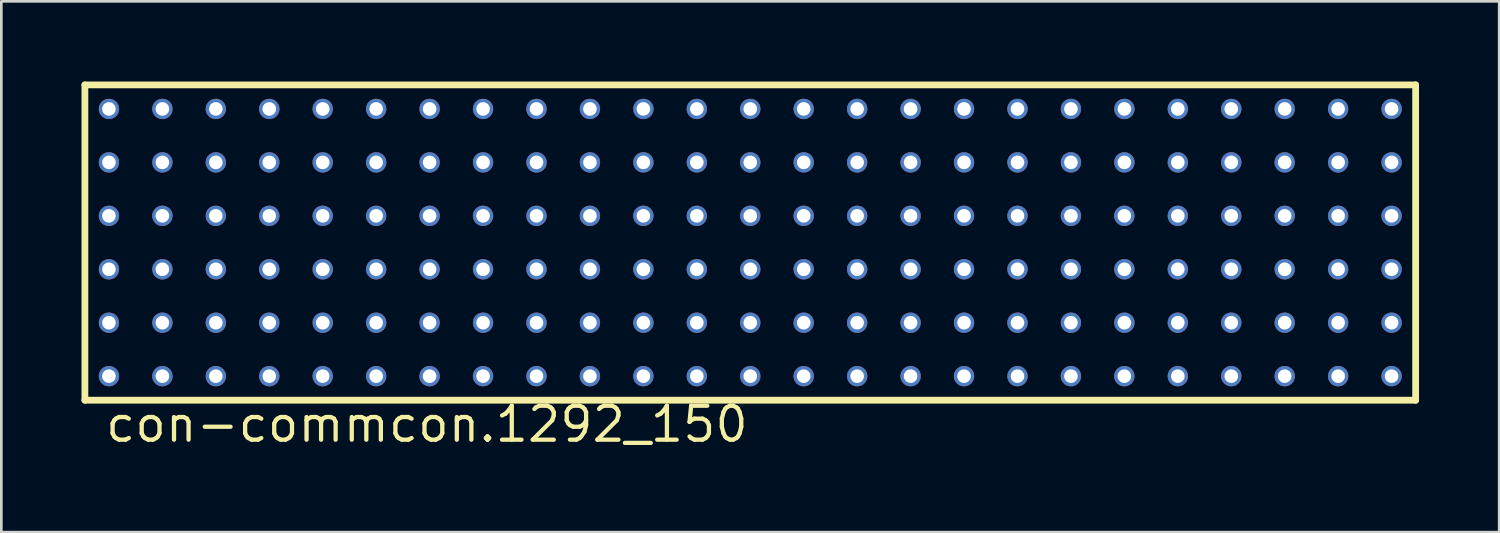
<source format=kicad_pcb>
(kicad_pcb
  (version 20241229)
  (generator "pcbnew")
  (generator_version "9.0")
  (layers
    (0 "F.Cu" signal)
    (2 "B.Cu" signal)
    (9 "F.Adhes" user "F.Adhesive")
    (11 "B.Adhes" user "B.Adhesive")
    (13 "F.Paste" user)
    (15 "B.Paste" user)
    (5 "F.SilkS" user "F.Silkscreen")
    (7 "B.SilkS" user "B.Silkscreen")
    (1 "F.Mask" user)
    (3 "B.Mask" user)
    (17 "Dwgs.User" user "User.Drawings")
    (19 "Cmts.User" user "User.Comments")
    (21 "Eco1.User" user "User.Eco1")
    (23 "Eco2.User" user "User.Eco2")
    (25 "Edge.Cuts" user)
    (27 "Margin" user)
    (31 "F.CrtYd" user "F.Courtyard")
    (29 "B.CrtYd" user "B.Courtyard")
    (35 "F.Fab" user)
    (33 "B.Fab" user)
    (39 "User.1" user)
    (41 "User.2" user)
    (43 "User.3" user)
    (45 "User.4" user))
  (footprint "con-commcon.1292_150"
    (layer "F.Cu")
    (at 25.027 6.027)
    (property "Reference" "con-commcon.1292_150" (at -24.21 7.54 0) (layer "F.SilkS") (effects (font (size 1.27 1.27) (thickness 0.16)) (justify left bottom)))
    (attr through_hole)
    (fp_line (start -24.9 -5.9) (end -24.9 5.9) (stroke (width 0.254) (type default)) (layer "F.SilkS"))
    (fp_line (start -24.9 5.9) (end 24.9 5.9) (stroke (width 0.254) (type default)) (layer "F.SilkS"))
    (fp_line (start 24.9 -5.9) (end -24.9 -5.9) (stroke (width 0.254) (type default)) (layer "F.SilkS"))
    (fp_line (start 24.9 5.9) (end 24.9 -5.9) (stroke (width 0.254) (type default)) (layer "F.SilkS"))
    (pad "A1" thru_hole circle (at -24 5) (size 0.762 0.762) (drill 0.508) (layers "*.Cu" "*.Mask"))
    (pad "A2" thru_hole circle (at -22 5) (size 0.762 0.762) (drill 0.508) (layers "*.Cu" "*.Mask"))
    (pad "A3" thru_hole circle (at -20 5) (size 0.762 0.762) (drill 0.508) (layers "*.Cu" "*.Mask"))
    (pad "A4" thru_hole circle (at -18 5) (size 0.762 0.762) (drill 0.508) (layers "*.Cu" "*.Mask"))
    (pad "A5" thru_hole circle (at -16 5) (size 0.762 0.762) (drill 0.508) (layers "*.Cu" "*.Mask"))
    (pad "A6" thru_hole circle (at -14 5) (size 0.762 0.762) (drill 0.508) (layers "*.Cu" "*.Mask"))
    (pad "A7" thru_hole circle (at -12 5) (size 0.762 0.762) (drill 0.508) (layers "*.Cu" "*.Mask"))
    (pad "A8" thru_hole circle (at -10 5) (size 0.762 0.762) (drill 0.508) (layers "*.Cu" "*.Mask"))
    (pad "A9" thru_hole circle (at -8 5) (size 0.762 0.762) (drill 0.508) (layers "*.Cu" "*.Mask"))
    (pad "A10" thru_hole circle (at -6 5) (size 0.762 0.762) (drill 0.508) (layers "*.Cu" "*.Mask"))
    (pad "A11" thru_hole circle (at -4 5) (size 0.762 0.762) (drill 0.508) (layers "*.Cu" "*.Mask"))
    (pad "A12" thru_hole circle (at -2 5) (size 0.762 0.762) (drill 0.508) (layers "*.Cu" "*.Mask"))
    (pad "A13" thru_hole circle (at 0 5) (size 0.762 0.762) (drill 0.508) (layers "*.Cu" "*.Mask"))
    (pad "A14" thru_hole circle (at 2 5) (size 0.762 0.762) (drill 0.508) (layers "*.Cu" "*.Mask"))
    (pad "A15" thru_hole circle (at 4 5) (size 0.762 0.762) (drill 0.508) (layers "*.Cu" "*.Mask"))
    (pad "A16" thru_hole circle (at 6 5) (size 0.762 0.762) (drill 0.508) (layers "*.Cu" "*.Mask"))
    (pad "A17" thru_hole circle (at 8 5) (size 0.762 0.762) (drill 0.508) (layers "*.Cu" "*.Mask"))
    (pad "A18" thru_hole circle (at 10 5) (size 0.762 0.762) (drill 0.508) (layers "*.Cu" "*.Mask"))
    (pad "A19" thru_hole circle (at 12 5) (size 0.762 0.762) (drill 0.508) (layers "*.Cu" "*.Mask"))
    (pad "A20" thru_hole circle (at 14 5) (size 0.762 0.762) (drill 0.508) (layers "*.Cu" "*.Mask"))
    (pad "A21" thru_hole circle (at 16 5) (size 0.762 0.762) (drill 0.508) (layers "*.Cu" "*.Mask"))
    (pad "A22" thru_hole circle (at 18 5) (size 0.762 0.762) (drill 0.508) (layers "*.Cu" "*.Mask"))
    (pad "A23" thru_hole circle (at 20 5) (size 0.762 0.762) (drill 0.508) (layers "*.Cu" "*.Mask"))
    (pad "A24" thru_hole circle (at 22 5) (size 0.762 0.762) (drill 0.508) (layers "*.Cu" "*.Mask"))
    (pad "A25" thru_hole circle (at 24 5) (size 0.762 0.762) (drill 0.508) (layers "*.Cu" "*.Mask"))
    (pad "B1" thru_hole circle (at -24 3) (size 0.762 0.762) (drill 0.508) (layers "*.Cu" "*.Mask"))
    (pad "B2" thru_hole circle (at -22 3) (size 0.762 0.762) (drill 0.508) (layers "*.Cu" "*.Mask"))
    (pad "B3" thru_hole circle (at -20 3) (size 0.762 0.762) (drill 0.508) (layers "*.Cu" "*.Mask"))
    (pad "B4" thru_hole circle (at -18 3) (size 0.762 0.762) (drill 0.508) (layers "*.Cu" "*.Mask"))
    (pad "B5" thru_hole circle (at -16 3) (size 0.762 0.762) (drill 0.508) (layers "*.Cu" "*.Mask"))
    (pad "B6" thru_hole circle (at -14 3) (size 0.762 0.762) (drill 0.508) (layers "*.Cu" "*.Mask"))
    (pad "B7" thru_hole circle (at -12 3) (size 0.762 0.762) (drill 0.508) (layers "*.Cu" "*.Mask"))
    (pad "B8" thru_hole circle (at -10 3) (size 0.762 0.762) (drill 0.508) (layers "*.Cu" "*.Mask"))
    (pad "B9" thru_hole circle (at -8 3) (size 0.762 0.762) (drill 0.508) (layers "*.Cu" "*.Mask"))
    (pad "B10" thru_hole circle (at -6 3) (size 0.762 0.762) (drill 0.508) (layers "*.Cu" "*.Mask"))
    (pad "B11" thru_hole circle (at -4 3) (size 0.762 0.762) (drill 0.508) (layers "*.Cu" "*.Mask"))
    (pad "B12" thru_hole circle (at -2 3) (size 0.762 0.762) (drill 0.508) (layers "*.Cu" "*.Mask"))
    (pad "B13" thru_hole circle (at 0 3) (size 0.762 0.762) (drill 0.508) (layers "*.Cu" "*.Mask"))
    (pad "B14" thru_hole circle (at 2 3) (size 0.762 0.762) (drill 0.508) (layers "*.Cu" "*.Mask"))
    (pad "B15" thru_hole circle (at 4 3) (size 0.762 0.762) (drill 0.508) (layers "*.Cu" "*.Mask"))
    (pad "B16" thru_hole circle (at 6 3) (size 0.762 0.762) (drill 0.508) (layers "*.Cu" "*.Mask"))
    (pad "B17" thru_hole circle (at 8 3) (size 0.762 0.762) (drill 0.508) (layers "*.Cu" "*.Mask"))
    (pad "B18" thru_hole circle (at 10 3) (size 0.762 0.762) (drill 0.508) (layers "*.Cu" "*.Mask"))
    (pad "B19" thru_hole circle (at 12 3) (size 0.762 0.762) (drill 0.508) (layers "*.Cu" "*.Mask"))
    (pad "B20" thru_hole circle (at 14 3) (size 0.762 0.762) (drill 0.508) (layers "*.Cu" "*.Mask"))
    (pad "B21" thru_hole circle (at 16 3) (size 0.762 0.762) (drill 0.508) (layers "*.Cu" "*.Mask"))
    (pad "B22" thru_hole circle (at 18 3) (size 0.762 0.762) (drill 0.508) (layers "*.Cu" "*.Mask"))
    (pad "B23" thru_hole circle (at 20 3) (size 0.762 0.762) (drill 0.508) (layers "*.Cu" "*.Mask"))
    (pad "B24" thru_hole circle (at 22 3) (size 0.762 0.762) (drill 0.508) (layers "*.Cu" "*.Mask"))
    (pad "B25" thru_hole circle (at 24 3) (size 0.762 0.762) (drill 0.508) (layers "*.Cu" "*.Mask"))
    (pad "C1" thru_hole circle (at -24 1) (size 0.762 0.762) (drill 0.508) (layers "*.Cu" "*.Mask"))
    (pad "C2" thru_hole circle (at -22 1) (size 0.762 0.762) (drill 0.508) (layers "*.Cu" "*.Mask"))
    (pad "C3" thru_hole circle (at -20 1) (size 0.762 0.762) (drill 0.508) (layers "*.Cu" "*.Mask"))
    (pad "C4" thru_hole circle (at -18 1) (size 0.762 0.762) (drill 0.508) (layers "*.Cu" "*.Mask"))
    (pad "C5" thru_hole circle (at -16 1) (size 0.762 0.762) (drill 0.508) (layers "*.Cu" "*.Mask"))
    (pad "C6" thru_hole circle (at -14 1) (size 0.762 0.762) (drill 0.508) (layers "*.Cu" "*.Mask"))
    (pad "C7" thru_hole circle (at -12 1) (size 0.762 0.762) (drill 0.508) (layers "*.Cu" "*.Mask"))
    (pad "C8" thru_hole circle (at -10 1) (size 0.762 0.762) (drill 0.508) (layers "*.Cu" "*.Mask"))
    (pad "C9" thru_hole circle (at -8 1) (size 0.762 0.762) (drill 0.508) (layers "*.Cu" "*.Mask"))
    (pad "C10" thru_hole circle (at -6 1) (size 0.762 0.762) (drill 0.508) (layers "*.Cu" "*.Mask"))
    (pad "C11" thru_hole circle (at -4 1) (size 0.762 0.762) (drill 0.508) (layers "*.Cu" "*.Mask"))
    (pad "C12" thru_hole circle (at -2 1) (size 0.762 0.762) (drill 0.508) (layers "*.Cu" "*.Mask"))
    (pad "C13" thru_hole circle (at 0 1) (size 0.762 0.762) (drill 0.508) (layers "*.Cu" "*.Mask"))
    (pad "C14" thru_hole circle (at 2 1) (size 0.762 0.762) (drill 0.508) (layers "*.Cu" "*.Mask"))
    (pad "C15" thru_hole circle (at 4 1) (size 0.762 0.762) (drill 0.508) (layers "*.Cu" "*.Mask"))
    (pad "C16" thru_hole circle (at 6 1) (size 0.762 0.762) (drill 0.508) (layers "*.Cu" "*.Mask"))
    (pad "C17" thru_hole circle (at 8 1) (size 0.762 0.762) (drill 0.508) (layers "*.Cu" "*.Mask"))
    (pad "C18" thru_hole circle (at 10 1) (size 0.762 0.762) (drill 0.508) (layers "*.Cu" "*.Mask"))
    (pad "C19" thru_hole circle (at 12 1) (size 0.762 0.762) (drill 0.508) (layers "*.Cu" "*.Mask"))
    (pad "C20" thru_hole circle (at 14 1) (size 0.762 0.762) (drill 0.508) (layers "*.Cu" "*.Mask"))
    (pad "C21" thru_hole circle (at 16 1) (size 0.762 0.762) (drill 0.508) (layers "*.Cu" "*.Mask"))
    (pad "C22" thru_hole circle (at 18 1) (size 0.762 0.762) (drill 0.508) (layers "*.Cu" "*.Mask"))
    (pad "C23" thru_hole circle (at 20 1) (size 0.762 0.762) (drill 0.508) (layers "*.Cu" "*.Mask"))
    (pad "C24" thru_hole circle (at 22 1) (size 0.762 0.762) (drill 0.508) (layers "*.Cu" "*.Mask"))
    (pad "C25" thru_hole circle (at 24 1) (size 0.762 0.762) (drill 0.508) (layers "*.Cu" "*.Mask"))
    (pad "D1" thru_hole circle (at -24 -1) (size 0.762 0.762) (drill 0.508) (layers "*.Cu" "*.Mask"))
    (pad "D2" thru_hole circle (at -22 -1) (size 0.762 0.762) (drill 0.508) (layers "*.Cu" "*.Mask"))
    (pad "D3" thru_hole circle (at -20 -1) (size 0.762 0.762) (drill 0.508) (layers "*.Cu" "*.Mask"))
    (pad "D4" thru_hole circle (at -18 -1) (size 0.762 0.762) (drill 0.508) (layers "*.Cu" "*.Mask"))
    (pad "D5" thru_hole circle (at -16 -1) (size 0.762 0.762) (drill 0.508) (layers "*.Cu" "*.Mask"))
    (pad "D6" thru_hole circle (at -14 -1) (size 0.762 0.762) (drill 0.508) (layers "*.Cu" "*.Mask"))
    (pad "D7" thru_hole circle (at -12 -1) (size 0.762 0.762) (drill 0.508) (layers "*.Cu" "*.Mask"))
    (pad "D8" thru_hole circle (at -10 -1) (size 0.762 0.762) (drill 0.508) (layers "*.Cu" "*.Mask"))
    (pad "D9" thru_hole circle (at -8 -1) (size 0.762 0.762) (drill 0.508) (layers "*.Cu" "*.Mask"))
    (pad "D10" thru_hole circle (at -6 -1) (size 0.762 0.762) (drill 0.508) (layers "*.Cu" "*.Mask"))
    (pad "D11" thru_hole circle (at -4 -1) (size 0.762 0.762) (drill 0.508) (layers "*.Cu" "*.Mask"))
    (pad "D12" thru_hole circle (at -2 -1) (size 0.762 0.762) (drill 0.508) (layers "*.Cu" "*.Mask"))
    (pad "D13" thru_hole circle (at 0 -1) (size 0.762 0.762) (drill 0.508) (layers "*.Cu" "*.Mask"))
    (pad "D14" thru_hole circle (at 2 -1) (size 0.762 0.762) (drill 0.508) (layers "*.Cu" "*.Mask"))
    (pad "D15" thru_hole circle (at 4 -1) (size 0.762 0.762) (drill 0.508) (layers "*.Cu" "*.Mask"))
    (pad "D16" thru_hole circle (at 6 -1) (size 0.762 0.762) (drill 0.508) (layers "*.Cu" "*.Mask"))
    (pad "D17" thru_hole circle (at 8 -1) (size 0.762 0.762) (drill 0.508) (layers "*.Cu" "*.Mask"))
    (pad "D18" thru_hole circle (at 10 -1) (size 0.762 0.762) (drill 0.508) (layers "*.Cu" "*.Mask"))
    (pad "D19" thru_hole circle (at 12 -1) (size 0.762 0.762) (drill 0.508) (layers "*.Cu" "*.Mask"))
    (pad "D20" thru_hole circle (at 14 -1) (size 0.762 0.762) (drill 0.508) (layers "*.Cu" "*.Mask"))
    (pad "D21" thru_hole circle (at 16 -1) (size 0.762 0.762) (drill 0.508) (layers "*.Cu" "*.Mask"))
    (pad "D22" thru_hole circle (at 18 -1) (size 0.762 0.762) (drill 0.508) (layers "*.Cu" "*.Mask"))
    (pad "D23" thru_hole circle (at 20 -1) (size 0.762 0.762) (drill 0.508) (layers "*.Cu" "*.Mask"))
    (pad "D24" thru_hole circle (at 22 -1) (size 0.762 0.762) (drill 0.508) (layers "*.Cu" "*.Mask"))
    (pad "D25" thru_hole circle (at 24 -1) (size 0.762 0.762) (drill 0.508) (layers "*.Cu" "*.Mask"))
    (pad "E1" thru_hole circle (at -24 -3) (size 0.762 0.762) (drill 0.508) (layers "*.Cu" "*.Mask"))
    (pad "E2" thru_hole circle (at -22 -3) (size 0.762 0.762) (drill 0.508) (layers "*.Cu" "*.Mask"))
    (pad "E3" thru_hole circle (at -20 -3) (size 0.762 0.762) (drill 0.508) (layers "*.Cu" "*.Mask"))
    (pad "E4" thru_hole circle (at -18 -3) (size 0.762 0.762) (drill 0.508) (layers "*.Cu" "*.Mask"))
    (pad "E5" thru_hole circle (at -16 -3) (size 0.762 0.762) (drill 0.508) (layers "*.Cu" "*.Mask"))
    (pad "E6" thru_hole circle (at -14 -3) (size 0.762 0.762) (drill 0.508) (layers "*.Cu" "*.Mask"))
    (pad "E7" thru_hole circle (at -12 -3) (size 0.762 0.762) (drill 0.508) (layers "*.Cu" "*.Mask"))
    (pad "E8" thru_hole circle (at -10 -3) (size 0.762 0.762) (drill 0.508) (layers "*.Cu" "*.Mask"))
    (pad "E9" thru_hole circle (at -8 -3) (size 0.762 0.762) (drill 0.508) (layers "*.Cu" "*.Mask"))
    (pad "E10" thru_hole circle (at -6 -3) (size 0.762 0.762) (drill 0.508) (layers "*.Cu" "*.Mask"))
    (pad "E11" thru_hole circle (at -4 -3) (size 0.762 0.762) (drill 0.508) (layers "*.Cu" "*.Mask"))
    (pad "E12" thru_hole circle (at -2 -3) (size 0.762 0.762) (drill 0.508) (layers "*.Cu" "*.Mask"))
    (pad "E13" thru_hole circle (at 0 -3) (size 0.762 0.762) (drill 0.508) (layers "*.Cu" "*.Mask"))
    (pad "E14" thru_hole circle (at 2 -3) (size 0.762 0.762) (drill 0.508) (layers "*.Cu" "*.Mask"))
    (pad "E15" thru_hole circle (at 4 -3) (size 0.762 0.762) (drill 0.508) (layers "*.Cu" "*.Mask"))
    (pad "E16" thru_hole circle (at 6 -3) (size 0.762 0.762) (drill 0.508) (layers "*.Cu" "*.Mask"))
    (pad "E17" thru_hole circle (at 8 -3) (size 0.762 0.762) (drill 0.508) (layers "*.Cu" "*.Mask"))
    (pad "E18" thru_hole circle (at 10 -3) (size 0.762 0.762) (drill 0.508) (layers "*.Cu" "*.Mask"))
    (pad "E19" thru_hole circle (at 12 -3) (size 0.762 0.762) (drill 0.508) (layers "*.Cu" "*.Mask"))
    (pad "E20" thru_hole circle (at 14 -3) (size 0.762 0.762) (drill 0.508) (layers "*.Cu" "*.Mask"))
    (pad "E21" thru_hole circle (at 16 -3) (size 0.762 0.762) (drill 0.508) (layers "*.Cu" "*.Mask"))
    (pad "E22" thru_hole circle (at 18 -3) (size 0.762 0.762) (drill 0.508) (layers "*.Cu" "*.Mask"))
    (pad "E23" thru_hole circle (at 20 -3) (size 0.762 0.762) (drill 0.508) (layers "*.Cu" "*.Mask"))
    (pad "E24" thru_hole circle (at 22 -3) (size 0.762 0.762) (drill 0.508) (layers "*.Cu" "*.Mask"))
    (pad "E25" thru_hole circle (at 24 -3) (size 0.762 0.762) (drill 0.508) (layers "*.Cu" "*.Mask"))
    (pad "F1" thru_hole circle (at -24 -5) (size 0.762 0.762) (drill 0.508) (layers "*.Cu" "*.Mask"))
    (pad "F2" thru_hole circle (at -22 -5) (size 0.762 0.762) (drill 0.508) (layers "*.Cu" "*.Mask"))
    (pad "F3" thru_hole circle (at -20 -5) (size 0.762 0.762) (drill 0.508) (layers "*.Cu" "*.Mask"))
    (pad "F4" thru_hole circle (at -18 -5) (size 0.762 0.762) (drill 0.508) (layers "*.Cu" "*.Mask"))
    (pad "F5" thru_hole circle (at -16 -5) (size 0.762 0.762) (drill 0.508) (layers "*.Cu" "*.Mask"))
    (pad "F6" thru_hole circle (at -14 -5) (size 0.762 0.762) (drill 0.508) (layers "*.Cu" "*.Mask"))
    (pad "F7" thru_hole circle (at -12 -5) (size 0.762 0.762) (drill 0.508) (layers "*.Cu" "*.Mask"))
    (pad "F8" thru_hole circle (at -10 -5) (size 0.762 0.762) (drill 0.508) (layers "*.Cu" "*.Mask"))
    (pad "F9" thru_hole circle (at -8 -5) (size 0.762 0.762) (drill 0.508) (layers "*.Cu" "*.Mask"))
    (pad "F10" thru_hole circle (at -6 -5) (size 0.762 0.762) (drill 0.508) (layers "*.Cu" "*.Mask"))
    (pad "F11" thru_hole circle (at -4 -5) (size 0.762 0.762) (drill 0.508) (layers "*.Cu" "*.Mask"))
    (pad "F12" thru_hole circle (at -2 -5) (size 0.762 0.762) (drill 0.508) (layers "*.Cu" "*.Mask"))
    (pad "F13" thru_hole circle (at 0 -5) (size 0.762 0.762) (drill 0.508) (layers "*.Cu" "*.Mask"))
    (pad "F14" thru_hole circle (at 2 -5) (size 0.762 0.762) (drill 0.508) (layers "*.Cu" "*.Mask"))
    (pad "F15" thru_hole circle (at 4 -5) (size 0.762 0.762) (drill 0.508) (layers "*.Cu" "*.Mask"))
    (pad "F16" thru_hole circle (at 6 -5) (size 0.762 0.762) (drill 0.508) (layers "*.Cu" "*.Mask"))
    (pad "F17" thru_hole circle (at 8 -5) (size 0.762 0.762) (drill 0.508) (layers "*.Cu" "*.Mask"))
    (pad "F18" thru_hole circle (at 10 -5) (size 0.762 0.762) (drill 0.508) (layers "*.Cu" "*.Mask"))
    (pad "F19" thru_hole circle (at 12 -5) (size 0.762 0.762) (drill 0.508) (layers "*.Cu" "*.Mask"))
    (pad "F20" thru_hole circle (at 14 -5) (size 0.762 0.762) (drill 0.508) (layers "*.Cu" "*.Mask"))
    (pad "F21" thru_hole circle (at 16 -5) (size 0.762 0.762) (drill 0.508) (layers "*.Cu" "*.Mask"))
    (pad "F22" thru_hole circle (at 18 -5) (size 0.762 0.762) (drill 0.508) (layers "*.Cu" "*.Mask"))
    (pad "F23" thru_hole circle (at 20 -5) (size 0.762 0.762) (drill 0.508) (layers "*.Cu" "*.Mask"))
    (pad "F24" thru_hole circle (at 22 -5) (size 0.762 0.762) (drill 0.508) (layers "*.Cu" "*.Mask"))
    (pad "F25" thru_hole circle (at 24 -5) (size 0.762 0.762) (drill 0.508) (layers "*.Cu" "*.Mask")))
  (gr_rect
    (start -3 -3)
    (end 53.054 16.864)
    (stroke (width 0.1) (type default))
    (fill no)
    (layer "Edge.Cuts")))
</source>
